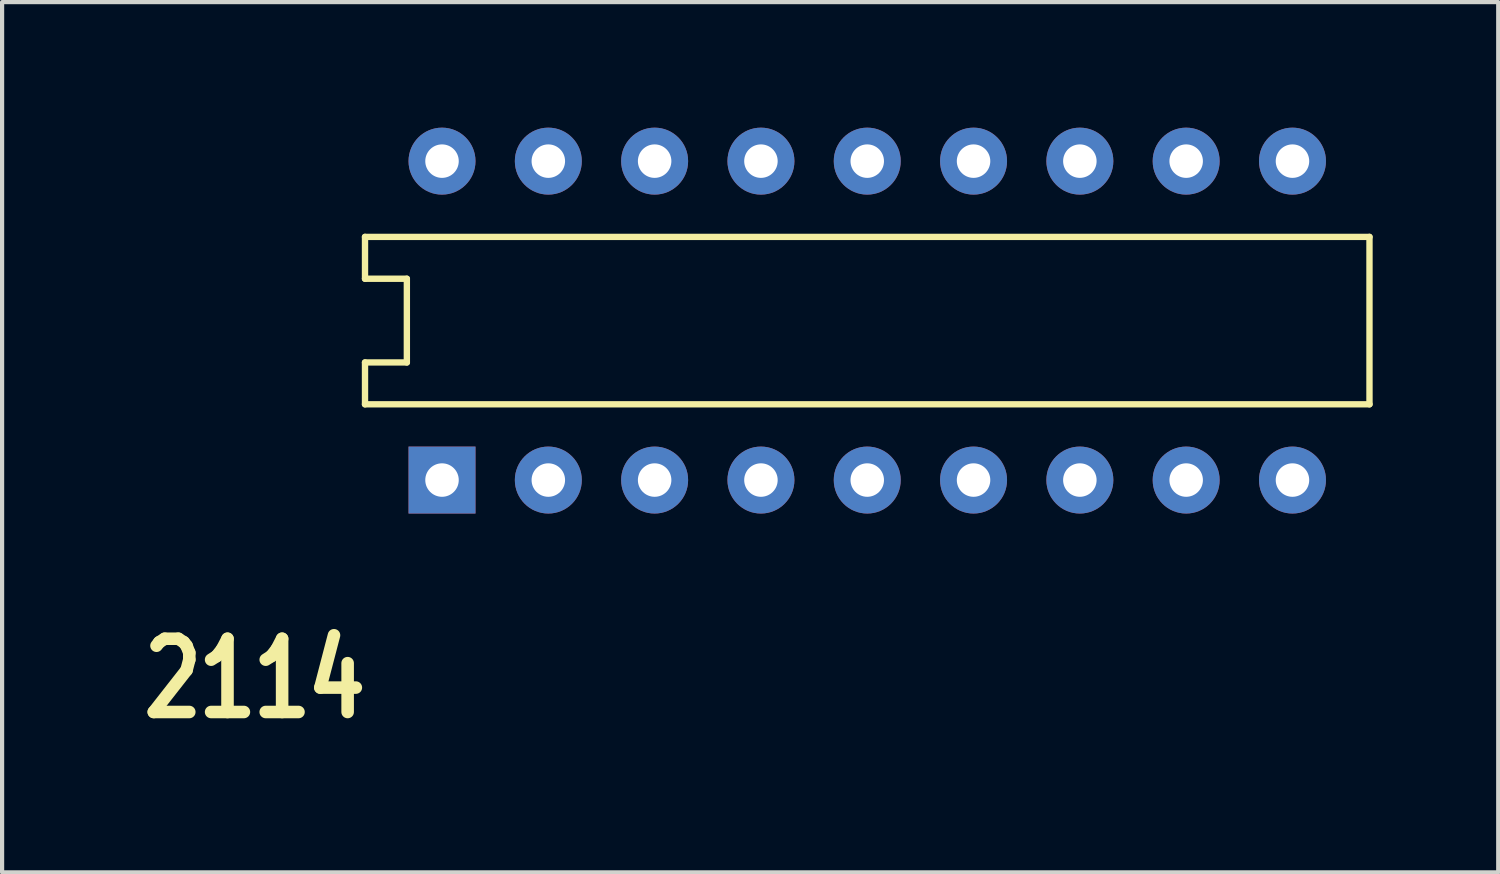
<source format=kicad_pcb>
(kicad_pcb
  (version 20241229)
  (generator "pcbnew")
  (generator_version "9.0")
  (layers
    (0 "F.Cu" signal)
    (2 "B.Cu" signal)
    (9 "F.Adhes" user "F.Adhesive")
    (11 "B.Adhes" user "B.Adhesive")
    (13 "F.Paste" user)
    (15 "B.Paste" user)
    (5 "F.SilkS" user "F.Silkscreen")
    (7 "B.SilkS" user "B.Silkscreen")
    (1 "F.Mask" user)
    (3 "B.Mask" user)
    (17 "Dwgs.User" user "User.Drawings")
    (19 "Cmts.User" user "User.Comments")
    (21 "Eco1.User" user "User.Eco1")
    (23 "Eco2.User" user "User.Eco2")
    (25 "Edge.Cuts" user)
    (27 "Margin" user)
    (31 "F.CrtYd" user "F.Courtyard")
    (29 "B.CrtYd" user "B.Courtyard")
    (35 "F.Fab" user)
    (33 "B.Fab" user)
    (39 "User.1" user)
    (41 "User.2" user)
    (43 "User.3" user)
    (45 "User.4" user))
  (footprint "2114"
    (layer "F.Cu")
    (at 17.671 4.61)
    (property "Reference" "2114" (at -11.826 7.534 0) (layer "F.SilkS") (effects (font (size 1.75 1.37) (thickness 0.3)) (justify right top)))
    (attr through_hole)
    (fp_line (start -12 -2) (end -12 -1) (stroke (width 0.152) (type solid)) (layer "F.SilkS"))
    (fp_line (start -12 -1) (end -11 -1) (stroke (width 0.152) (type solid)) (layer "F.SilkS"))
    (fp_line (start -12 1) (end -11 1) (stroke (width 0.152) (type solid)) (layer "F.SilkS"))
    (fp_line (start -12 2) (end -12 1) (stroke (width 0.152) (type solid)) (layer "F.SilkS"))
    (fp_line (start -12 2) (end 12 2) (stroke (width 0.152) (type solid)) (layer "F.SilkS"))
    (fp_line (start -11 1) (end -11 -1) (stroke (width 0.152) (type solid)) (layer "F.SilkS"))
    (fp_line (start 12 -2) (end -12 -2) (stroke (width 0.152) (type solid)) (layer "F.SilkS"))
    (fp_line (start 12 -2) (end 12 2) (stroke (width 0.152) (type solid)) (layer "F.SilkS"))
    (pad "1" thru_hole rect (at -10.16 3.81 90) (size 1.6 1.6) (drill 0.8) (layers "*.Cu" "*.Mask"))
    (pad "2" thru_hole circle (at -7.62 3.81 90) (size 1.6 1.6) (drill 0.8) (layers "*.Cu" "*.Mask"))
    (pad "3" thru_hole circle (at -5.08 3.81 90) (size 1.6 1.6) (drill 0.8) (layers "*.Cu" "*.Mask"))
    (pad "4" thru_hole circle (at -2.54 3.81 90) (size 1.6 1.6) (drill 0.8) (layers "*.Cu" "*.Mask"))
    (pad "5" thru_hole circle (at 0 3.81 90) (size 1.6 1.6) (drill 0.8) (layers "*.Cu" "*.Mask"))
    (pad "6" thru_hole circle (at 2.54 3.81 90) (size 1.6 1.6) (drill 0.8) (layers "*.Cu" "*.Mask"))
    (pad "7" thru_hole circle (at 5.08 3.81 90) (size 1.6 1.6) (drill 0.8) (layers "*.Cu" "*.Mask"))
    (pad "8" thru_hole circle (at 7.62 3.81 90) (size 1.6 1.6) (drill 0.8) (layers "*.Cu" "*.Mask"))
    (pad "9" thru_hole circle (at 10.16 3.81 90) (size 1.6 1.6) (drill 0.8) (layers "*.Cu" "*.Mask"))
    (pad "10" thru_hole circle (at 10.16 -3.81 90) (size 1.6 1.6) (drill 0.8) (layers "*.Cu" "*.Mask"))
    (pad "11" thru_hole circle (at 7.62 -3.81 90) (size 1.6 1.6) (drill 0.8) (layers "*.Cu" "*.Mask"))
    (pad "12" thru_hole circle (at 5.08 -3.81 90) (size 1.6 1.6) (drill 0.8) (layers "*.Cu" "*.Mask"))
    (pad "13" thru_hole circle (at 2.54 -3.81 90) (size 1.6 1.6) (drill 0.8) (layers "*.Cu" "*.Mask"))
    (pad "14" thru_hole circle (at 0 -3.81 90) (size 1.6 1.6) (drill 0.8) (layers "*.Cu" "*.Mask"))
    (pad "15" thru_hole circle (at -2.54 -3.81 90) (size 1.6 1.6) (drill 0.8) (layers "*.Cu" "*.Mask"))
    (pad "16" thru_hole circle (at -5.08 -3.81 90) (size 1.6 1.6) (drill 0.8) (layers "*.Cu" "*.Mask"))
    (pad "17" thru_hole circle (at -7.62 -3.81 90) (size 1.6 1.6) (drill 0.8) (layers "*.Cu" "*.Mask"))
    (pad "18" thru_hole circle (at -10.16 -3.81 90) (size 1.6 1.6) (drill 0.8) (layers "*.Cu" "*.Mask")))
  (gr_rect
    (start -3 -3)
    (end 32.747 17.794)
    (stroke (width 0.1) (type default))
    (fill no)
    (layer "Edge.Cuts")))
</source>
